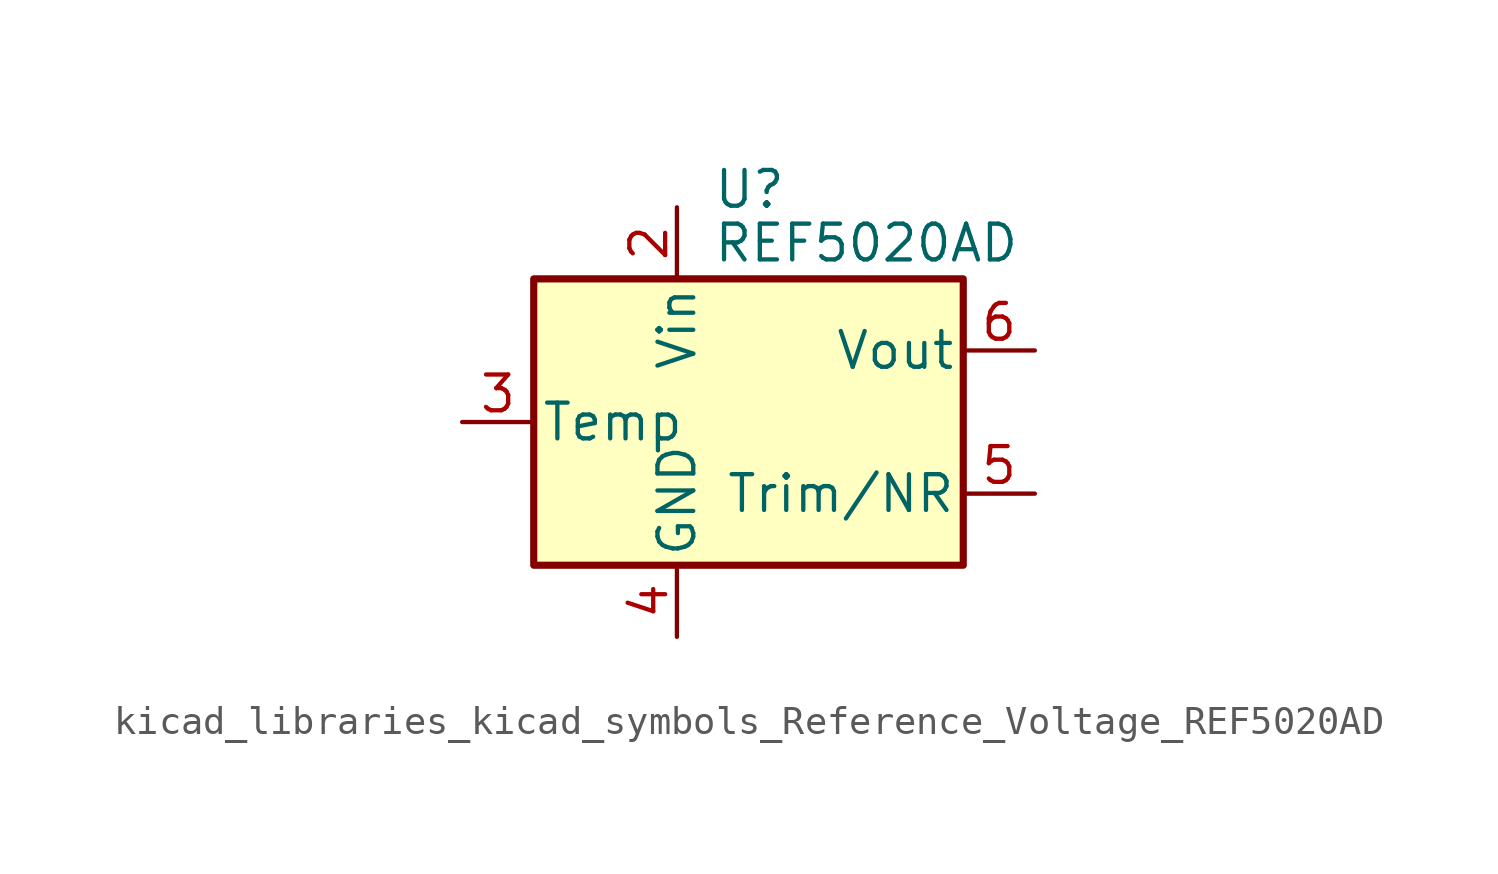
<source format=kicad_sym>
(kicad_symbol_lib
  (version 20220914)
  (generator kicad_symbol_editor)
  (symbol "kicad_libraries_kicad_symbols_Reference_Voltage_REF5020AD"
    (pin_names
      (offset 0.254))
    (property "Reference" "U"
      (at -1.27 8.255 0)
      (effects (font (size 1.27 1.27)) (justify left)))
    (property "Value" "REF5020AD"
      (at -1.27 6.35 0)
      (effects (font (size 1.27 1.27)) (justify left)))
    (symbol "kicad_libraries_kicad_symbols_Reference_Voltage_REF5020AD_0_1"
      (rectangle (start -7.62 5.08) (end 7.62 -5.08) (stroke (width 0.254) (type default)) (fill (type background))))
    (symbol "kicad_libraries_kicad_symbols_Reference_Voltage_REF5020AD_1_1"
      (pin no_connect line (at -7.62 2.54 0) (length 2.54) hide (name "DNC" (effects (font (size 1.27 1.27)))) (number "1" (effects (font (size 1.27 1.27)))))
      (pin power_in line (at -2.54 7.62 270) (length 2.54) (name "Vin" (effects (font (size 1.27 1.27)))) (number "2" (effects (font (size 1.27 1.27)))))
      (pin passive line (at -10.16 0 0) (length 2.54) (name "Temp" (effects (font (size 1.27 1.27)))) (number "3" (effects (font (size 1.27 1.27)))))
      (pin power_in line (at -2.54 -7.62 90) (length 2.54) (name "GND" (effects (font (size 1.27 1.27)))) (number "4" (effects (font (size 1.27 1.27)))))
      (pin passive line (at 10.16 -2.54 180) (length 2.54) (name "Trim/NR" (effects (font (size 1.27 1.27)))) (number "5" (effects (font (size 1.27 1.27)))))
      (pin power_out line (at 10.16 2.54 180) (length 2.54) (name "Vout" (effects (font (size 1.27 1.27)))) (number "6" (effects (font (size 1.27 1.27)))))
      (pin no_connect line (at -5.08 -5.08 90) (length 2.54) hide (name "NC" (effects (font (size 1.27 1.27)))) (number "7" (effects (font (size 1.27 1.27)))))
      (pin no_connect line (at 7.62 0 180) (length 2.54) hide (name "DNC" (effects (font (size 1.27 1.27)))) (number "8" (effects (font (size 1.27 1.27))))))))
</source>
